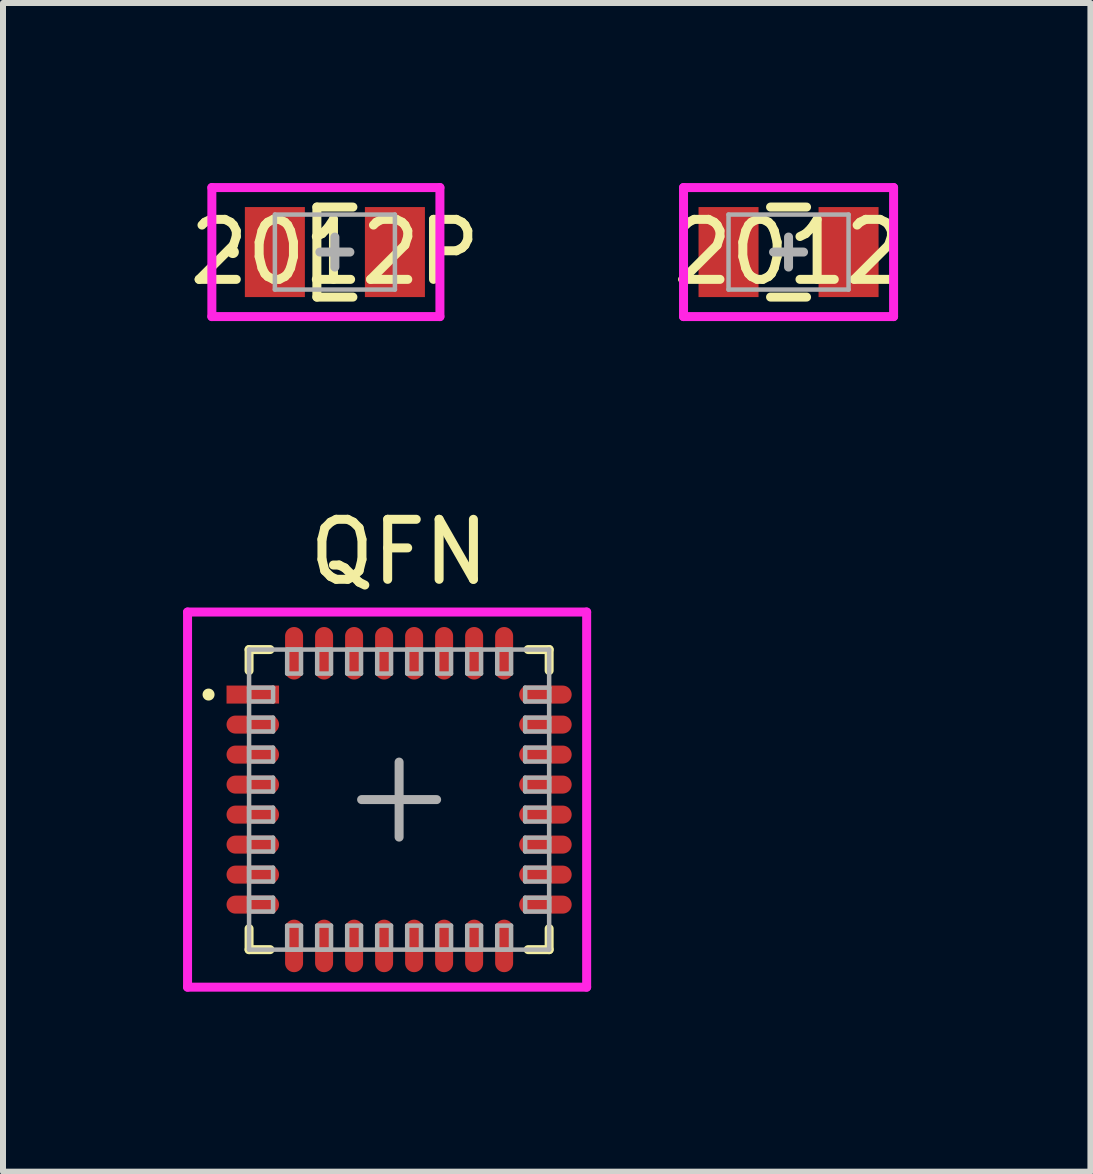
<source format=kicad_pcb>
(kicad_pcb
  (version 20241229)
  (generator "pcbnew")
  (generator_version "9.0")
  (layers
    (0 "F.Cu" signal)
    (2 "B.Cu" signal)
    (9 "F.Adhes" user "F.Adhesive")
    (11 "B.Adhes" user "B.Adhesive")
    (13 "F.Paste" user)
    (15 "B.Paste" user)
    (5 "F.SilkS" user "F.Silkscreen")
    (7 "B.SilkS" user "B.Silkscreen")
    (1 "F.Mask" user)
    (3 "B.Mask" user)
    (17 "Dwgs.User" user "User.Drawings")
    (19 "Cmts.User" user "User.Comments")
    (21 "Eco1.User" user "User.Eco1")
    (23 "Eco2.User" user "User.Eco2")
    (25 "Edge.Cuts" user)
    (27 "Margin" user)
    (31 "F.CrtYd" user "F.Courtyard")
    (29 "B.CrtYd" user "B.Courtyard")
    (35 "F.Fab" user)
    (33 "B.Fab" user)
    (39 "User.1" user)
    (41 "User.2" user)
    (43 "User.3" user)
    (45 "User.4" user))
  (footprint "2012"
    (layer "F.Cu")
    (at 10.089 1.15)
    (property "Reference" "2012" (at 0 0 0) (layer "F.SilkS") (effects (font (size 1 1) (thickness 0.15))))
    (attr through_hole)
    (fp_line (start -0.3 -0.75) (end 0.3 -0.75) (stroke (width 0.15) (type solid)) (layer "F.SilkS"))
    (fp_line (start -0.3 0.75) (end 0.3 0.75) (stroke (width 0.15) (type solid)) (layer "F.SilkS"))
    (fp_line (start -1.75 -1.075) (end -1.75 1.075) (stroke (width 0.15) (type solid)) (layer "F.CrtYd"))
    (fp_line (start -1.75 1.075) (end 1.75 1.075) (stroke (width 0.15) (type solid)) (layer "F.CrtYd"))
    (fp_line (start 1.75 -1.075) (end -1.75 -1.075) (stroke (width 0.15) (type solid)) (layer "F.CrtYd"))
    (fp_line (start 1.75 1.075) (end 1.75 -1.075) (stroke (width 0.15) (type solid)) (layer "F.CrtYd"))
    (fp_line (start -1 -0.625) (end -1 0.625) (stroke (width 0.075) (type solid)) (layer "F.Fab"))
    (fp_line (start -1 0.625) (end 1 0.625) (stroke (width 0.075) (type solid)) (layer "F.Fab"))
    (fp_line (start -0.25 0) (end 0.25 0) (stroke (width 0.15) (type solid)) (layer "F.Fab"))
    (fp_line (start 0 0.25) (end 0 -0.25) (stroke (width 0.15) (type solid)) (layer "F.Fab"))
    (fp_line (start 1 -0.625) (end -1 -0.625) (stroke (width 0.075) (type solid)) (layer "F.Fab"))
    (fp_line (start 1 0.625) (end 1 -0.625) (stroke (width 0.075) (type solid)) (layer "F.Fab"))
    (pad "1" smd rect (at -1 0) (size 1 1.5) (layers "F.Cu" "F.Mask" "F.Paste"))
    (pad "2" smd rect (at 1 0) (size 1 1.5) (layers "F.Cu" "F.Mask" "F.Paste")))
  (footprint "QFN"
    (layer "F.Cu")
    (at 3.6 10.273)
    (property "Reference" "QFN" (at 0 -4.125 0) (layer "F.SilkS") (effects (font (size 1 1) (thickness 0.15))))
    (attr through_hole)
    (fp_line (start -3.175 -1.75) (end -3.175 -1.75) (stroke (width 0.2) (type solid)) (layer "F.SilkS"))
    (fp_line (start -2.5 -2.5) (end -2.5 -2.15) (stroke (width 0.15) (type solid)) (layer "F.SilkS"))
    (fp_line (start -2.5 -2.5) (end -2.15 -2.5) (stroke (width 0.15) (type solid)) (layer "F.SilkS"))
    (fp_line (start -2.5 2.5) (end -2.5 2.15) (stroke (width 0.15) (type solid)) (layer "F.SilkS"))
    (fp_line (start -2.5 2.5) (end -2.15 2.5) (stroke (width 0.15) (type solid)) (layer "F.SilkS"))
    (fp_line (start 2.5 -2.5) (end 2.15 -2.5) (stroke (width 0.15) (type solid)) (layer "F.SilkS"))
    (fp_line (start 2.5 -2.5) (end 2.5 -2.15) (stroke (width 0.15) (type solid)) (layer "F.SilkS"))
    (fp_line (start 2.5 2.5) (end 2.15 2.5) (stroke (width 0.15) (type solid)) (layer "F.SilkS"))
    (fp_line (start 2.5 2.5) (end 2.5 2.15) (stroke (width 0.15) (type solid)) (layer "F.SilkS"))
    (fp_line (start -3.525 -3.125) (end -3.525 3.125) (stroke (width 0.15) (type solid)) (layer "F.CrtYd"))
    (fp_line (start -3.525 3.125) (end 3.125 3.125) (stroke (width 0.15) (type solid)) (layer "F.CrtYd"))
    (fp_line (start 3.125 -3.125) (end -3.525 -3.125) (stroke (width 0.15) (type solid)) (layer "F.CrtYd"))
    (fp_line (start 3.125 3.125) (end 3.125 -3.125) (stroke (width 0.15) (type solid)) (layer "F.CrtYd"))
    (fp_line (start -2.5 -2.5) (end 2.5 -2.5) (stroke (width 0.075) (type solid)) (layer "F.Fab"))
    (fp_line (start -2.5 -1.865) (end -2.5 -1.635) (stroke (width 0.075) (type solid)) (layer "F.Fab"))
    (fp_line (start -2.5 -1.635) (end -2.1 -1.635) (stroke (width 0.075) (type solid)) (layer "F.Fab"))
    (fp_line (start -2.5 -1.365) (end -2.5 -1.135) (stroke (width 0.075) (type solid)) (layer "F.Fab"))
    (fp_line (start -2.5 -1.135) (end -2.1 -1.135) (stroke (width 0.075) (type solid)) (layer "F.Fab"))
    (fp_line (start -2.5 -0.865) (end -2.5 -0.635) (stroke (width 0.075) (type solid)) (layer "F.Fab"))
    (fp_line (start -2.5 -0.635) (end -2.1 -0.635) (stroke (width 0.075) (type solid)) (layer "F.Fab"))
    (fp_line (start -2.5 -0.365) (end -2.5 -0.135) (stroke (width 0.075) (type solid)) (layer "F.Fab"))
    (fp_line (start -2.5 -0.135) (end -2.1 -0.135) (stroke (width 0.075) (type solid)) (layer "F.Fab"))
    (fp_line (start -2.5 0.135) (end -2.5 0.365) (stroke (width 0.075) (type solid)) (layer "F.Fab"))
    (fp_line (start -2.5 0.365) (end -2.1 0.365) (stroke (width 0.075) (type solid)) (layer "F.Fab"))
    (fp_line (start -2.5 0.635) (end -2.5 0.865) (stroke (width 0.075) (type solid)) (layer "F.Fab"))
    (fp_line (start -2.5 0.865) (end -2.1 0.865) (stroke (width 0.075) (type solid)) (layer "F.Fab"))
    (fp_line (start -2.5 1.135) (end -2.5 1.365) (stroke (width 0.075) (type solid)) (layer "F.Fab"))
    (fp_line (start -2.5 1.365) (end -2.1 1.365) (stroke (width 0.075) (type solid)) (layer "F.Fab"))
    (fp_line (start -2.5 1.635) (end -2.5 1.865) (stroke (width 0.075) (type solid)) (layer "F.Fab"))
    (fp_line (start -2.5 1.865) (end -2.1 1.865) (stroke (width 0.075) (type solid)) (layer "F.Fab"))
    (fp_line (start -2.5 2.5) (end -2.5 -2.5) (stroke (width 0.075) (type solid)) (layer "F.Fab"))
    (fp_line (start -2.1 -1.865) (end -2.5 -1.865) (stroke (width 0.075) (type solid)) (layer "F.Fab"))
    (fp_line (start -2.1 -1.635) (end -2.1 -1.865) (stroke (width 0.075) (type solid)) (layer "F.Fab"))
    (fp_line (start -2.1 -1.365) (end -2.5 -1.365) (stroke (width 0.075) (type solid)) (layer "F.Fab"))
    (fp_line (start -2.1 -1.135) (end -2.1 -1.365) (stroke (width 0.075) (type solid)) (layer "F.Fab"))
    (fp_line (start -2.1 -0.865) (end -2.5 -0.865) (stroke (width 0.075) (type solid)) (layer "F.Fab"))
    (fp_line (start -2.1 -0.635) (end -2.1 -0.865) (stroke (width 0.075) (type solid)) (layer "F.Fab"))
    (fp_line (start -2.1 -0.365) (end -2.5 -0.365) (stroke (width 0.075) (type solid)) (layer "F.Fab"))
    (fp_line (start -2.1 -0.135) (end -2.1 -0.365) (stroke (width 0.075) (type solid)) (layer "F.Fab"))
    (fp_line (start -2.1 0.135) (end -2.5 0.135) (stroke (width 0.075) (type solid)) (layer "F.Fab"))
    (fp_line (start -2.1 0.365) (end -2.1 0.135) (stroke (width 0.075) (type solid)) (layer "F.Fab"))
    (fp_line (start -2.1 0.635) (end -2.5 0.635) (stroke (width 0.075) (type solid)) (layer "F.Fab"))
    (fp_line (start -2.1 0.865) (end -2.1 0.635) (stroke (width 0.075) (type solid)) (layer "F.Fab"))
    (fp_line (start -2.1 1.135) (end -2.5 1.135) (stroke (width 0.075) (type solid)) (layer "F.Fab"))
    (fp_line (start -2.1 1.365) (end -2.1 1.135) (stroke (width 0.075) (type solid)) (layer "F.Fab"))
    (fp_line (start -2.1 1.635) (end -2.5 1.635) (stroke (width 0.075) (type solid)) (layer "F.Fab"))
    (fp_line (start -2.1 1.865) (end -2.1 1.635) (stroke (width 0.075) (type solid)) (layer "F.Fab"))
    (fp_line (start -1.865 -2.5) (end -1.865 -2.1) (stroke (width 0.075) (type solid)) (layer "F.Fab"))
    (fp_line (start -1.865 -2.1) (end -1.635 -2.1) (stroke (width 0.075) (type solid)) (layer "F.Fab"))
    (fp_line (start -1.865 2.1) (end -1.865 2.5) (stroke (width 0.075) (type solid)) (layer "F.Fab"))
    (fp_line (start -1.865 2.5) (end -1.635 2.5) (stroke (width 0.075) (type solid)) (layer "F.Fab"))
    (fp_line (start -1.635 -2.5) (end -1.865 -2.5) (stroke (width 0.075) (type solid)) (layer "F.Fab"))
    (fp_line (start -1.635 -2.1) (end -1.635 -2.5) (stroke (width 0.075) (type solid)) (layer "F.Fab"))
    (fp_line (start -1.635 2.1) (end -1.865 2.1) (stroke (width 0.075) (type solid)) (layer "F.Fab"))
    (fp_line (start -1.635 2.5) (end -1.635 2.1) (stroke (width 0.075) (type solid)) (layer "F.Fab"))
    (fp_line (start -1.365 -2.5) (end -1.365 -2.1) (stroke (width 0.075) (type solid)) (layer "F.Fab"))
    (fp_line (start -1.365 -2.1) (end -1.135 -2.1) (stroke (width 0.075) (type solid)) (layer "F.Fab"))
    (fp_line (start -1.365 2.1) (end -1.365 2.5) (stroke (width 0.075) (type solid)) (layer "F.Fab"))
    (fp_line (start -1.365 2.5) (end -1.135 2.5) (stroke (width 0.075) (type solid)) (layer "F.Fab"))
    (fp_line (start -1.135 -2.5) (end -1.365 -2.5) (stroke (width 0.075) (type solid)) (layer "F.Fab"))
    (fp_line (start -1.135 -2.1) (end -1.135 -2.5) (stroke (width 0.075) (type solid)) (layer "F.Fab"))
    (fp_line (start -1.135 2.1) (end -1.365 2.1) (stroke (width 0.075) (type solid)) (layer "F.Fab"))
    (fp_line (start -1.135 2.5) (end -1.135 2.1) (stroke (width 0.075) (type solid)) (layer "F.Fab"))
    (fp_line (start -0.865 -2.5) (end -0.865 -2.1) (stroke (width 0.075) (type solid)) (layer "F.Fab"))
    (fp_line (start -0.865 -2.1) (end -0.635 -2.1) (stroke (width 0.075) (type solid)) (layer "F.Fab"))
    (fp_line (start -0.865 2.1) (end -0.865 2.5) (stroke (width 0.075) (type solid)) (layer "F.Fab"))
    (fp_line (start -0.865 2.5) (end -0.635 2.5) (stroke (width 0.075) (type solid)) (layer "F.Fab"))
    (fp_line (start -0.635 -2.5) (end -0.865 -2.5) (stroke (width 0.075) (type solid)) (layer "F.Fab"))
    (fp_line (start -0.635 -2.1) (end -0.635 -2.5) (stroke (width 0.075) (type solid)) (layer "F.Fab"))
    (fp_line (start -0.635 2.1) (end -0.865 2.1) (stroke (width 0.075) (type solid)) (layer "F.Fab"))
    (fp_line (start -0.635 2.5) (end -0.635 2.1) (stroke (width 0.075) (type solid)) (layer "F.Fab"))
    (fp_line (start -0.365 -2.5) (end -0.365 -2.1) (stroke (width 0.075) (type solid)) (layer "F.Fab"))
    (fp_line (start -0.365 -2.1) (end -0.135 -2.1) (stroke (width 0.075) (type solid)) (layer "F.Fab"))
    (fp_line (start -0.365 2.1) (end -0.365 2.5) (stroke (width 0.075) (type solid)) (layer "F.Fab"))
    (fp_line (start -0.365 2.5) (end -0.135 2.5) (stroke (width 0.075) (type solid)) (layer "F.Fab"))
    (fp_line (start -0.135 -2.5) (end -0.365 -2.5) (stroke (width 0.075) (type solid)) (layer "F.Fab"))
    (fp_line (start -0.135 -2.1) (end -0.135 -2.5) (stroke (width 0.075) (type solid)) (layer "F.Fab"))
    (fp_line (start -0.135 2.1) (end -0.365 2.1) (stroke (width 0.075) (type solid)) (layer "F.Fab"))
    (fp_line (start -0.135 2.5) (end -0.135 2.1) (stroke (width 0.075) (type solid)) (layer "F.Fab"))
    (fp_line (start 0 -0.625) (end 0 0.625) (stroke (width 0.15) (type solid)) (layer "F.Fab"))
    (fp_line (start 0.135 -2.5) (end 0.135 -2.1) (stroke (width 0.075) (type solid)) (layer "F.Fab"))
    (fp_line (start 0.135 -2.1) (end 0.365 -2.1) (stroke (width 0.075) (type solid)) (layer "F.Fab"))
    (fp_line (start 0.135 2.1) (end 0.135 2.5) (stroke (width 0.075) (type solid)) (layer "F.Fab"))
    (fp_line (start 0.135 2.5) (end 0.365 2.5) (stroke (width 0.075) (type solid)) (layer "F.Fab"))
    (fp_line (start 0.365 -2.5) (end 0.135 -2.5) (stroke (width 0.075) (type solid)) (layer "F.Fab"))
    (fp_line (start 0.365 -2.1) (end 0.365 -2.5) (stroke (width 0.075) (type solid)) (layer "F.Fab"))
    (fp_line (start 0.365 2.1) (end 0.135 2.1) (stroke (width 0.075) (type solid)) (layer "F.Fab"))
    (fp_line (start 0.365 2.5) (end 0.365 2.1) (stroke (width 0.075) (type solid)) (layer "F.Fab"))
    (fp_line (start 0.625 0) (end -0.625 0) (stroke (width 0.15) (type solid)) (layer "F.Fab"))
    (fp_line (start 0.635 -2.5) (end 0.635 -2.1) (stroke (width 0.075) (type solid)) (layer "F.Fab"))
    (fp_line (start 0.635 -2.1) (end 0.865 -2.1) (stroke (width 0.075) (type solid)) (layer "F.Fab"))
    (fp_line (start 0.635 2.1) (end 0.635 2.5) (stroke (width 0.075) (type solid)) (layer "F.Fab"))
    (fp_line (start 0.635 2.5) (end 0.865 2.5) (stroke (width 0.075) (type solid)) (layer "F.Fab"))
    (fp_line (start 0.865 -2.5) (end 0.635 -2.5) (stroke (width 0.075) (type solid)) (layer "F.Fab"))
    (fp_line (start 0.865 -2.1) (end 0.865 -2.5) (stroke (width 0.075) (type solid)) (layer "F.Fab"))
    (fp_line (start 0.865 2.1) (end 0.635 2.1) (stroke (width 0.075) (type solid)) (layer "F.Fab"))
    (fp_line (start 0.865 2.5) (end 0.865 2.1) (stroke (width 0.075) (type solid)) (layer "F.Fab"))
    (fp_line (start 1.135 -2.5) (end 1.135 -2.1) (stroke (width 0.075) (type solid)) (layer "F.Fab"))
    (fp_line (start 1.135 -2.1) (end 1.365 -2.1) (stroke (width 0.075) (type solid)) (layer "F.Fab"))
    (fp_line (start 1.135 2.1) (end 1.135 2.5) (stroke (width 0.075) (type solid)) (layer "F.Fab"))
    (fp_line (start 1.135 2.5) (end 1.365 2.5) (stroke (width 0.075) (type solid)) (layer "F.Fab"))
    (fp_line (start 1.365 -2.5) (end 1.135 -2.5) (stroke (width 0.075) (type solid)) (layer "F.Fab"))
    (fp_line (start 1.365 -2.1) (end 1.365 -2.5) (stroke (width 0.075) (type solid)) (layer "F.Fab"))
    (fp_line (start 1.365 2.1) (end 1.135 2.1) (stroke (width 0.075) (type solid)) (layer "F.Fab"))
    (fp_line (start 1.365 2.5) (end 1.365 2.1) (stroke (width 0.075) (type solid)) (layer "F.Fab"))
    (fp_line (start 1.635 -2.5) (end 1.635 -2.1) (stroke (width 0.075) (type solid)) (layer "F.Fab"))
    (fp_line (start 1.635 -2.1) (end 1.865 -2.1) (stroke (width 0.075) (type solid)) (layer "F.Fab"))
    (fp_line (start 1.635 2.1) (end 1.635 2.5) (stroke (width 0.075) (type solid)) (layer "F.Fab"))
    (fp_line (start 1.635 2.5) (end 1.865 2.5) (stroke (width 0.075) (type solid)) (layer "F.Fab"))
    (fp_line (start 1.865 -2.5) (end 1.635 -2.5) (stroke (width 0.075) (type solid)) (layer "F.Fab"))
    (fp_line (start 1.865 -2.1) (end 1.865 -2.5) (stroke (width 0.075) (type solid)) (layer "F.Fab"))
    (fp_line (start 1.865 2.1) (end 1.635 2.1) (stroke (width 0.075) (type solid)) (layer "F.Fab"))
    (fp_line (start 1.865 2.5) (end 1.865 2.1) (stroke (width 0.075) (type solid)) (layer "F.Fab"))
    (fp_line (start 2.1 -1.865) (end 2.1 -1.635) (stroke (width 0.075) (type solid)) (layer "F.Fab"))
    (fp_line (start 2.1 -1.635) (end 2.5 -1.635) (stroke (width 0.075) (type solid)) (layer "F.Fab"))
    (fp_line (start 2.1 -1.365) (end 2.1 -1.135) (stroke (width 0.075) (type solid)) (layer "F.Fab"))
    (fp_line (start 2.1 -1.135) (end 2.5 -1.135) (stroke (width 0.075) (type solid)) (layer "F.Fab"))
    (fp_line (start 2.1 -0.865) (end 2.1 -0.635) (stroke (width 0.075) (type solid)) (layer "F.Fab"))
    (fp_line (start 2.1 -0.635) (end 2.5 -0.635) (stroke (width 0.075) (type solid)) (layer "F.Fab"))
    (fp_line (start 2.1 -0.365) (end 2.1 -0.135) (stroke (width 0.075) (type solid)) (layer "F.Fab"))
    (fp_line (start 2.1 -0.135) (end 2.5 -0.135) (stroke (width 0.075) (type solid)) (layer "F.Fab"))
    (fp_line (start 2.1 0.135) (end 2.1 0.365) (stroke (width 0.075) (type solid)) (layer "F.Fab"))
    (fp_line (start 2.1 0.365) (end 2.5 0.365) (stroke (width 0.075) (type solid)) (layer "F.Fab"))
    (fp_line (start 2.1 0.635) (end 2.1 0.865) (stroke (width 0.075) (type solid)) (layer "F.Fab"))
    (fp_line (start 2.1 0.865) (end 2.5 0.865) (stroke (width 0.075) (type solid)) (layer "F.Fab"))
    (fp_line (start 2.1 1.135) (end 2.1 1.365) (stroke (width 0.075) (type solid)) (layer "F.Fab"))
    (fp_line (start 2.1 1.365) (end 2.5 1.365) (stroke (width 0.075) (type solid)) (layer "F.Fab"))
    (fp_line (start 2.1 1.635) (end 2.1 1.865) (stroke (width 0.075) (type solid)) (layer "F.Fab"))
    (fp_line (start 2.1 1.865) (end 2.5 1.865) (stroke (width 0.075) (type solid)) (layer "F.Fab"))
    (fp_line (start 2.5 -2.5) (end 2.5 2.5) (stroke (width 0.075) (type solid)) (layer "F.Fab"))
    (fp_line (start 2.5 -1.865) (end 2.1 -1.865) (stroke (width 0.075) (type solid)) (layer "F.Fab"))
    (fp_line (start 2.5 -1.635) (end 2.5 -1.865) (stroke (width 0.075) (type solid)) (layer "F.Fab"))
    (fp_line (start 2.5 -1.365) (end 2.1 -1.365) (stroke (width 0.075) (type solid)) (layer "F.Fab"))
    (fp_line (start 2.5 -1.135) (end 2.5 -1.365) (stroke (width 0.075) (type solid)) (layer "F.Fab"))
    (fp_line (start 2.5 -0.865) (end 2.1 -0.865) (stroke (width 0.075) (type solid)) (layer "F.Fab"))
    (fp_line (start 2.5 -0.635) (end 2.5 -0.865) (stroke (width 0.075) (type solid)) (layer "F.Fab"))
    (fp_line (start 2.5 -0.365) (end 2.1 -0.365) (stroke (width 0.075) (type solid)) (layer "F.Fab"))
    (fp_line (start 2.5 -0.135) (end 2.5 -0.365) (stroke (width 0.075) (type solid)) (layer "F.Fab"))
    (fp_line (start 2.5 0.135) (end 2.1 0.135) (stroke (width 0.075) (type solid)) (layer "F.Fab"))
    (fp_line (start 2.5 0.365) (end 2.5 0.135) (stroke (width 0.075) (type solid)) (layer "F.Fab"))
    (fp_line (start 2.5 0.635) (end 2.1 0.635) (stroke (width 0.075) (type solid)) (layer "F.Fab"))
    (fp_line (start 2.5 0.865) (end 2.5 0.635) (stroke (width 0.075) (type solid)) (layer "F.Fab"))
    (fp_line (start 2.5 1.135) (end 2.1 1.135) (stroke (width 0.075) (type solid)) (layer "F.Fab"))
    (fp_line (start 2.5 1.365) (end 2.5 1.135) (stroke (width 0.075) (type solid)) (layer "F.Fab"))
    (fp_line (start 2.5 1.635) (end 2.1 1.635) (stroke (width 0.075) (type solid)) (layer "F.Fab"))
    (fp_line (start 2.5 1.865) (end 2.5 1.635) (stroke (width 0.075) (type solid)) (layer "F.Fab"))
    (fp_line (start 2.5 2.5) (end -2.5 2.5) (stroke (width 0.075) (type solid)) (layer "F.Fab"))
    (pad "1" smd rect (at -2.438 -1.75) (size 0.875 0.3) (layers "F.Cu" "F.Mask" "F.Paste"))
    (pad "2" smd oval (at -2.438 -1.25) (size 0.875 0.3) (layers "F.Cu" "F.Mask" "F.Paste"))
    (pad "3" smd oval (at -2.438 -0.75) (size 0.875 0.3) (layers "F.Cu" "F.Mask" "F.Paste"))
    (pad "4" smd oval (at -2.438 -0.25) (size 0.875 0.3) (layers "F.Cu" "F.Mask" "F.Paste"))
    (pad "5" smd oval (at -2.438 0.25) (size 0.875 0.3) (layers "F.Cu" "F.Mask" "F.Paste"))
    (pad "6" smd oval (at -2.438 0.75) (size 0.875 0.3) (layers "F.Cu" "F.Mask" "F.Paste"))
    (pad "7" smd oval (at -2.438 1.25) (size 0.875 0.3) (layers "F.Cu" "F.Mask" "F.Paste"))
    (pad "8" smd oval (at -2.438 1.75) (size 0.875 0.3) (layers "F.Cu" "F.Mask" "F.Paste"))
    (pad "9" smd oval (at -1.75 2.438) (size 0.3 0.875) (layers "F.Cu" "F.Mask" "F.Paste"))
    (pad "10" smd oval (at -1.25 2.438) (size 0.3 0.875) (layers "F.Cu" "F.Mask" "F.Paste"))
    (pad "11" smd oval (at -0.75 2.438) (size 0.3 0.875) (layers "F.Cu" "F.Mask" "F.Paste"))
    (pad "12" smd oval (at -0.25 2.438) (size 0.3 0.875) (layers "F.Cu" "F.Mask" "F.Paste"))
    (pad "13" smd oval (at 0.25 2.438) (size 0.3 0.875) (layers "F.Cu" "F.Mask" "F.Paste"))
    (pad "14" smd oval (at 0.75 2.438) (size 0.3 0.875) (layers "F.Cu" "F.Mask" "F.Paste"))
    (pad "15" smd oval (at 1.25 2.438) (size 0.3 0.875) (layers "F.Cu" "F.Mask" "F.Paste"))
    (pad "16" smd oval (at 1.75 2.438) (size 0.3 0.875) (layers "F.Cu" "F.Mask" "F.Paste"))
    (pad "17" smd oval (at 2.438 1.75) (size 0.875 0.3) (layers "F.Cu" "F.Mask" "F.Paste"))
    (pad "18" smd oval (at 2.438 1.25) (size 0.875 0.3) (layers "F.Cu" "F.Mask" "F.Paste"))
    (pad "19" smd oval (at 2.438 0.75) (size 0.875 0.3) (layers "F.Cu" "F.Mask" "F.Paste"))
    (pad "20" smd oval (at 2.438 0.25) (size 0.875 0.3) (layers "F.Cu" "F.Mask" "F.Paste"))
    (pad "21" smd oval (at 2.438 -0.25) (size 0.875 0.3) (layers "F.Cu" "F.Mask" "F.Paste"))
    (pad "22" smd oval (at 2.438 -0.75) (size 0.875 0.3) (layers "F.Cu" "F.Mask" "F.Paste"))
    (pad "23" smd oval (at 2.438 -1.25) (size 0.875 0.3) (layers "F.Cu" "F.Mask" "F.Paste"))
    (pad "24" smd oval (at 2.438 -1.75) (size 0.875 0.3) (layers "F.Cu" "F.Mask" "F.Paste"))
    (pad "25" smd oval (at 1.75 -2.438) (size 0.3 0.875) (layers "F.Cu" "F.Mask" "F.Paste"))
    (pad "26" smd oval (at 1.25 -2.438) (size 0.3 0.875) (layers "F.Cu" "F.Mask" "F.Paste"))
    (pad "27" smd oval (at 0.75 -2.438) (size 0.3 0.875) (layers "F.Cu" "F.Mask" "F.Paste"))
    (pad "28" smd oval (at 0.25 -2.438) (size 0.3 0.875) (layers "F.Cu" "F.Mask" "F.Paste"))
    (pad "29" smd oval (at -0.25 -2.438) (size 0.3 0.875) (layers "F.Cu" "F.Mask" "F.Paste"))
    (pad "30" smd oval (at -0.75 -2.438) (size 0.3 0.875) (layers "F.Cu" "F.Mask" "F.Paste"))
    (pad "31" smd oval (at -1.25 -2.438) (size 0.3 0.875) (layers "F.Cu" "F.Mask" "F.Paste"))
    (pad "32" smd oval (at -1.75 -2.438) (size 0.3 0.875) (layers "F.Cu" "F.Mask" "F.Paste")))
  (footprint "2012P"
    (layer "F.Cu")
    (at 2.53 1.15)
    (property "Reference" "2012P" (at 0 0 0) (layer "F.SilkS") (effects (font (size 1 1) (thickness 0.15))))
    (attr through_hole)
    (fp_line (start -1.7 0) (end -1.7 0) (stroke (width 0.2) (type solid)) (layer "F.SilkS"))
    (fp_line (start -0.3 -0.75) (end -0.3 0.75) (stroke (width 0.15) (type solid)) (layer "F.SilkS"))
    (fp_line (start -0.3 -0.75) (end 0.3 -0.75) (stroke (width 0.15) (type solid)) (layer "F.SilkS"))
    (fp_line (start -0.3 0.75) (end 0.3 0.75) (stroke (width 0.15) (type solid)) (layer "F.SilkS"))
    (fp_line (start -2.05 -1.075) (end -2.05 1.075) (stroke (width 0.15) (type solid)) (layer "F.CrtYd"))
    (fp_line (start -2.05 1.075) (end 1.75 1.075) (stroke (width 0.15) (type solid)) (layer "F.CrtYd"))
    (fp_line (start 1.75 -1.075) (end -2.05 -1.075) (stroke (width 0.15) (type solid)) (layer "F.CrtYd"))
    (fp_line (start 1.75 1.075) (end 1.75 -1.075) (stroke (width 0.15) (type solid)) (layer "F.CrtYd"))
    (fp_line (start -1 -0.625) (end -1 0.625) (stroke (width 0.075) (type solid)) (layer "F.Fab"))
    (fp_line (start -1 0.625) (end 1 0.625) (stroke (width 0.075) (type solid)) (layer "F.Fab"))
    (fp_line (start -0.25 0) (end 0.25 0) (stroke (width 0.15) (type solid)) (layer "F.Fab"))
    (fp_line (start 0 0.25) (end 0 -0.25) (stroke (width 0.15) (type solid)) (layer "F.Fab"))
    (fp_line (start 1 -0.625) (end -1 -0.625) (stroke (width 0.075) (type solid)) (layer "F.Fab"))
    (fp_line (start 1 0.625) (end 1 -0.625) (stroke (width 0.075) (type solid)) (layer "F.Fab"))
    (pad "1" smd rect (at -1 0) (size 1 1.5) (layers "F.Cu" "F.Mask" "F.Paste"))
    (pad "2" smd rect (at 1 0) (size 1 1.5) (layers "F.Cu" "F.Mask" "F.Paste")))
  (gr_rect
    (start -3 -3)
    (end 15.119 16.473)
    (stroke (width 0.1) (type default))
    (fill no)
    (layer "Edge.Cuts")))
</source>
